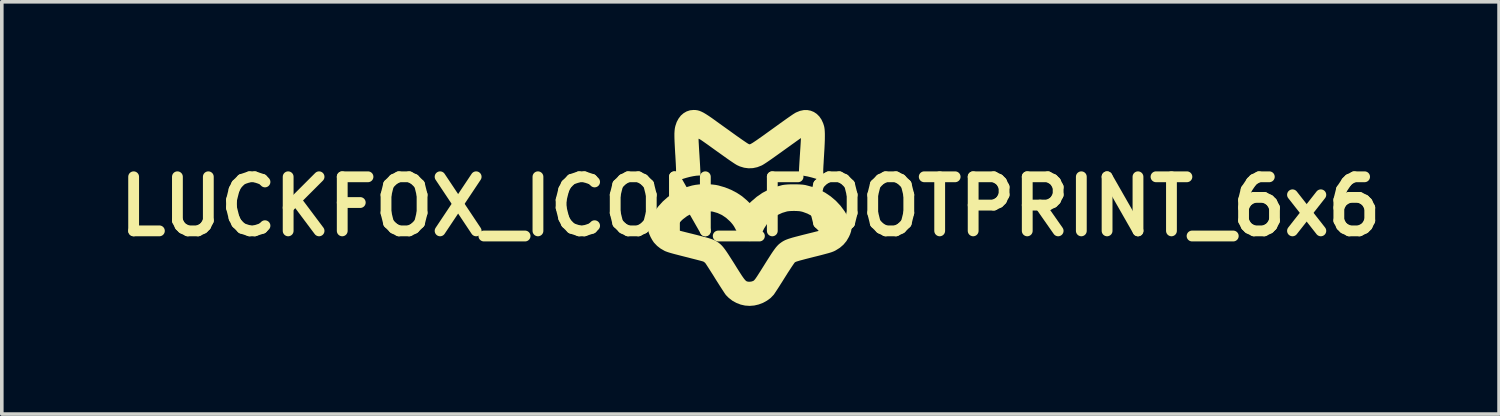
<source format=kicad_pcb>
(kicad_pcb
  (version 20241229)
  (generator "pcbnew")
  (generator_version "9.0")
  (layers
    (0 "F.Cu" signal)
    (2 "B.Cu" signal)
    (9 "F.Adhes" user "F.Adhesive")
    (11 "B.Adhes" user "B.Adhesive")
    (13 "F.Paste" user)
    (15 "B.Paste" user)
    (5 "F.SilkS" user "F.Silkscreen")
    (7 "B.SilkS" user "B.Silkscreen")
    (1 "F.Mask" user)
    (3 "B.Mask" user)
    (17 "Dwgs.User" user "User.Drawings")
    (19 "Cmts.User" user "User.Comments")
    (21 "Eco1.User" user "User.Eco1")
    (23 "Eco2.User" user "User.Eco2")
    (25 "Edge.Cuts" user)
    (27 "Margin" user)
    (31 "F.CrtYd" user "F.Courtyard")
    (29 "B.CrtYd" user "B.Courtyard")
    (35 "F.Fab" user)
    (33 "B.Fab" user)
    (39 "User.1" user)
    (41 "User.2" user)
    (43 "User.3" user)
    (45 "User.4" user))
  (footprint "LUCKFOX_ICON_FOOTPRINT_6x6"
    (layer "F.Cu")
    (at 17.764 2.675)
    (property "Reference" "LUCKFOX_ICON_FOOTPRINT_6x6" (at 0 0 0) (layer "F.SilkS") (effects (font (size 1.5 1.5) (thickness 0.3))))
    (attr board_only exclude_from_pos_files exclude_from_bom)
    (fp_poly (pts (xy -1.523 -2.673) (xy -1.47 -2.666) (xy -1.417 -2.652) (xy -1.362 -2.63) (xy -1.301 -2.6) (xy -1.232 -2.559) (xy -1.153 -2.508) (xy -1.06 -2.444) (xy -1.013 -2.41) (xy -0.862 -2.301) (xy -0.728 -2.205) (xy -0.609 -2.12) (xy -0.505 -2.045) (xy -0.415 -1.98) (xy -0.337 -1.925) (xy -0.27 -1.878) (xy -0.214 -1.839) (xy -0.167 -1.807) (xy -0.129 -1.781) (xy -0.099 -1.761) (xy -0.075 -1.746) (xy -0.056 -1.735) (xy -0.042 -1.728) (xy -0.031 -1.724) (xy -0.023 -1.723) (xy -0.018 -1.722) (xy -0.003 -1.727) (xy 0.022 -1.74) (xy 0.06 -1.762) (xy 0.11 -1.795) (xy 0.174 -1.838) (xy 0.252 -1.893) (xy 0.345 -1.958) (xy 0.453 -2.036) (xy 0.574 -2.123) (xy 0.699 -2.213) (xy 0.808 -2.292) (xy 0.902 -2.359) (xy 0.983 -2.417) (xy 1.051 -2.465) (xy 1.108 -2.504) (xy 1.154 -2.536) (xy 1.193 -2.562) (xy 1.224 -2.581) (xy 1.248 -2.596) (xy 1.267 -2.606) (xy 1.373 -2.649) (xy 1.476 -2.671) (xy 1.576 -2.673) (xy 1.671 -2.655) (xy 1.76 -2.619) (xy 1.841 -2.565) (xy 1.912 -2.494) (xy 1.972 -2.406) (xy 2.019 -2.303) (xy 2.042 -2.231) (xy 2.051 -2.19) (xy 2.058 -2.141) (xy 2.062 -2.084) (xy 2.065 -2.017) (xy 2.065 -1.937) (xy 2.064 -1.844) (xy 2.06 -1.736) (xy 2.054 -1.609) (xy 2.045 -1.464) (xy 2.042 -1.409) (xy 2.035 -1.296) (xy 2.03 -1.201) (xy 2.025 -1.124) (xy 2.022 -1.061) (xy 2.02 -1.012) (xy 2.02 -0.972) (xy 2.02 -0.942) (xy 2.021 -0.917) (xy 2.024 -0.896) (xy 2.027 -0.876) (xy 2.03 -0.862) (xy 2.044 -0.812) (xy 2.064 -0.758) (xy 2.08 -0.722) (xy 2.094 -0.691) (xy 2.101 -0.67) (xy 2.099 -0.664) (xy 2.098 -0.664) (xy 1.958 -0.719) (xy 1.824 -0.766) (xy 1.698 -0.803) (xy 1.584 -0.831) (xy 1.483 -0.849) (xy 1.398 -0.856) (xy 1.39 -0.856) (xy 1.343 -0.856) (xy 1.344 -0.923) (xy 1.345 -0.949) (xy 1.347 -0.993) (xy 1.35 -1.054) (xy 1.354 -1.128) (xy 1.359 -1.213) (xy 1.365 -1.306) (xy 1.371 -1.404) (xy 1.374 -1.443) (xy 1.38 -1.54) (xy 1.386 -1.629) (xy 1.391 -1.709) (xy 1.395 -1.778) (xy 1.398 -1.833) (xy 1.4 -1.872) (xy 1.401 -1.893) (xy 1.401 -1.896) (xy 1.392 -1.889) (xy 1.367 -1.872) (xy 1.328 -1.844) (xy 1.277 -1.808) (xy 1.215 -1.763) (xy 1.144 -1.713) (xy 1.067 -1.657) (xy 0.994 -1.605) (xy 0.87 -1.516) (xy 0.761 -1.438) (xy 0.668 -1.372) (xy 0.588 -1.315) (xy 0.52 -1.268) (xy 0.463 -1.229) (xy 0.416 -1.198) (xy 0.377 -1.173) (xy 0.346 -1.154) (xy 0.319 -1.139) (xy 0.309 -1.134) (xy 0.192 -1.088) (xy 0.071 -1.062) (xy -0.052 -1.057) (xy -0.174 -1.073) (xy -0.293 -1.109) (xy -0.374 -1.146) (xy -0.404 -1.164) (xy -0.444 -1.189) (xy -0.495 -1.223) (xy -0.559 -1.266) (xy -0.635 -1.319) (xy -0.725 -1.383) (xy -0.83 -1.458) (xy -0.951 -1.544) (xy -1.083 -1.639) (xy -1.177 -1.707) (xy -1.255 -1.762) (xy -1.318 -1.806) (xy -1.366 -1.839) (xy -1.402 -1.861) (xy -1.425 -1.873) (xy -1.436 -1.877) (xy -1.438 -1.875) (xy -1.438 -1.861) (xy -1.437 -1.827) (xy -1.435 -1.777) (xy -1.431 -1.712) (xy -1.427 -1.635) (xy -1.422 -1.549) (xy -1.416 -1.456) (xy -1.414 -1.426) (xy -1.408 -1.328) (xy -1.402 -1.235) (xy -1.397 -1.148) (xy -1.393 -1.071) (xy -1.39 -1.008) (xy -1.387 -0.959) (xy -1.386 -0.929) (xy -1.386 -0.925) (xy -1.386 -0.856) (xy -1.434 -0.856) (xy -1.503 -0.851) (xy -1.588 -0.838) (xy -1.683 -0.818) (xy -1.785 -0.791) (xy -1.888 -0.759) (xy -1.99 -0.723) (xy -2.014 -0.714) (xy -2.063 -0.694) (xy -2.105 -0.678) (xy -2.135 -0.666) (xy -2.149 -0.661) (xy -2.15 -0.661) (xy -2.146 -0.67) (xy -2.135 -0.693) (xy -2.119 -0.727) (xy -2.115 -0.734) (xy -2.101 -0.764) (xy -2.089 -0.792) (xy -2.079 -0.819) (xy -2.072 -0.849) (xy -2.067 -0.884) (xy -2.064 -0.924) (xy -2.063 -0.974) (xy -2.063 -1.034) (xy -2.066 -1.107) (xy -2.07 -1.194) (xy -2.076 -1.299) (xy -2.083 -1.423) (xy -2.085 -1.446) (xy -2.093 -1.584) (xy -2.099 -1.703) (xy -2.104 -1.804) (xy -2.107 -1.89) (xy -2.108 -1.962) (xy -2.108 -2.024) (xy -2.105 -2.077) (xy -2.101 -2.123) (xy -2.096 -2.164) (xy -2.088 -2.203) (xy -2.081 -2.233) (xy -2.044 -2.342) (xy -1.992 -2.438) (xy -1.929 -2.52) (xy -1.854 -2.585) (xy -1.77 -2.634) (xy -1.677 -2.665) (xy -1.579 -2.675) (xy -1.577 -2.675)) (stroke (width 0) (type solid)) (fill yes) (layer "F.SilkS"))
    (fp_poly (pts (xy -1.183 -0.616) (xy -1.065 -0.608) (xy -0.956 -0.595) (xy -0.888 -0.581) (xy -0.708 -0.529) (xy -0.536 -0.46) (xy -0.375 -0.376) (xy -0.228 -0.278) (xy -0.097 -0.167) (xy -0.084 -0.154) (xy -0.022 -0.093) (xy 0.03 -0.142) (xy 0.177 -0.268) (xy 0.334 -0.376) (xy 0.503 -0.465) (xy 0.683 -0.536) (xy 0.876 -0.589) (xy 0.888 -0.592) (xy 0.946 -0.601) (xy 1.021 -0.608) (xy 1.106 -0.612) (xy 1.197 -0.613) (xy 1.289 -0.612) (xy 1.376 -0.609) (xy 1.453 -0.603) (xy 1.516 -0.594) (xy 1.527 -0.592) (xy 1.721 -0.54) (xy 1.902 -0.469) (xy 2.071 -0.382) (xy 2.227 -0.277) (xy 2.37 -0.156) (xy 2.499 -0.018) (xy 2.613 0.135) (xy 2.708 0.296) (xy 2.754 0.39) (xy 2.785 0.473) (xy 2.802 0.548) (xy 2.804 0.62) (xy 2.792 0.692) (xy 2.766 0.77) (xy 2.73 0.849) (xy 2.663 0.963) (xy 2.58 1.062) (xy 2.482 1.147) (xy 2.367 1.219) (xy 2.345 1.23) (xy 2.32 1.243) (xy 2.292 1.254) (xy 2.262 1.266) (xy 2.225 1.278) (xy 2.18 1.292) (xy 2.125 1.307) (xy 2.058 1.325) (xy 1.976 1.347) (xy 1.878 1.372) (xy 1.761 1.401) (xy 1.757 1.402) (xy 1.635 1.433) (xy 1.532 1.459) (xy 1.447 1.482) (xy 1.378 1.5) (xy 1.325 1.516) (xy 1.285 1.528) (xy 1.257 1.539) (xy 1.24 1.547) (xy 1.234 1.551) (xy 1.222 1.565) (xy 1.2 1.596) (xy 1.169 1.641) (xy 1.13 1.699) (xy 1.086 1.767) (xy 1.036 1.843) (xy 0.984 1.926) (xy 0.945 1.988) (xy 0.89 2.076) (xy 0.837 2.159) (xy 0.788 2.237) (xy 0.743 2.306) (xy 0.705 2.364) (xy 0.674 2.41) (xy 0.653 2.442) (xy 0.644 2.453) (xy 0.56 2.54) (xy 0.46 2.614) (xy 0.349 2.675) (xy 0.23 2.72) (xy 0.105 2.749) (xy -0.02 2.759) (xy -0.144 2.751) (xy -0.146 2.751) (xy -0.27 2.723) (xy -0.389 2.677) (xy -0.5 2.616) (xy -0.598 2.541) (xy -0.678 2.46) (xy -0.694 2.439) (xy -0.72 2.401) (xy -0.754 2.349) (xy -0.795 2.286) (xy -0.842 2.213) (xy -0.893 2.133) (xy -0.947 2.048) (xy -0.977 2) (xy -1.03 1.914) (xy -1.081 1.834) (xy -1.128 1.76) (xy -1.169 1.696) (xy -1.204 1.642) (xy -1.231 1.601) (xy -1.248 1.576) (xy -1.254 1.569) (xy -1.281 1.545) (xy -1.308 1.529) (xy -1.309 1.528) (xy -1.325 1.524) (xy -1.36 1.514) (xy -1.412 1.5) (xy -1.477 1.483) (xy -1.555 1.463) (xy -1.642 1.441) (xy -1.737 1.416) (xy -1.814 1.397) (xy -1.932 1.367) (xy -2.032 1.341) (xy -2.114 1.32) (xy -2.182 1.301) (xy -2.238 1.285) (xy -2.283 1.271) (xy -2.32 1.258) (xy -2.352 1.246) (xy -2.38 1.234) (xy -2.388 1.229) (xy -2.493 1.169) (xy -2.588 1.095) (xy -2.668 1.011) (xy -2.682 0.994) (xy -2.727 0.926) (xy -2.769 0.849) (xy -2.804 0.77) (xy -2.83 0.695) (xy -2.84 0.651) (xy -2.841 0.637) (xy -2.09 0.637) (xy -2.055 0.649) (xy -2.037 0.654) (xy -2.001 0.663) (xy -1.948 0.677) (xy -1.882 0.694) (xy -1.803 0.714) (xy -1.716 0.736) (xy -1.621 0.759) (xy -1.562 0.774) (xy -1.439 0.805) (xy -1.335 0.832) (xy -1.248 0.855) (xy -1.175 0.875) (xy -1.115 0.894) (xy -1.064 0.911) (xy -1.022 0.928) (xy -0.986 0.944) (xy -0.953 0.962) (xy -0.922 0.981) (xy -0.903 0.994) (xy -0.869 1.018) (xy -0.837 1.044) (xy -0.806 1.073) (xy -0.774 1.107) (xy -0.74 1.148) (xy -0.702 1.198) (xy -0.66 1.258) (xy -0.612 1.33) (xy -0.557 1.416) (xy -0.492 1.517) (xy -0.441 1.598) (xy -0.376 1.703) (xy -0.321 1.79) (xy -0.275 1.862) (xy -0.237 1.921) (xy -0.205 1.967) (xy -0.179 2.003) (xy -0.157 2.03) (xy -0.139 2.05) (xy -0.123 2.065) (xy -0.108 2.075) (xy -0.103 2.078) (xy -0.067 2.088) (xy -0.021 2.09) (xy 0.028 2.084) (xy 0.072 2.07) (xy 0.081 2.066) (xy 0.092 2.058) (xy 0.105 2.047) (xy 0.12 2.03) (xy 0.139 2.006) (xy 0.162 1.973) (xy 0.191 1.93) (xy 0.226 1.875) (xy 0.27 1.807) (xy 0.322 1.724) (xy 0.385 1.624) (xy 0.391 1.614) (xy 0.463 1.499) (xy 0.526 1.401) (xy 0.579 1.318) (xy 0.626 1.248) (xy 0.667 1.191) (xy 0.703 1.143) (xy 0.736 1.104) (xy 0.767 1.071) (xy 0.797 1.043) (xy 0.829 1.018) (xy 0.862 0.994) (xy 0.868 0.99) (xy 0.899 0.97) (xy 0.931 0.952) (xy 0.965 0.935) (xy 1.004 0.919) (xy 1.049 0.902) (xy 1.103 0.885) (xy 1.168 0.865) (xy 1.246 0.844) (xy 1.339 0.82) (xy 1.45 0.791) (xy 1.539 0.769) (xy 1.634 0.745) (xy 1.724 0.723) (xy 1.806 0.702) (xy 1.878 0.684) (xy 1.937 0.669) (xy 1.981 0.657) (xy 2.007 0.65) (xy 2.013 0.648) (xy 2.032 0.641) (xy 2.041 0.632) (xy 2.04 0.618) (xy 2.028 0.594) (xy 2.005 0.558) (xy 1.996 0.544) (xy 1.914 0.439) (xy 1.815 0.345) (xy 1.703 0.264) (xy 1.582 0.2) (xy 1.455 0.153) (xy 1.403 0.14) (xy 1.353 0.132) (xy 1.288 0.128) (xy 1.216 0.126) (xy 1.143 0.127) (xy 1.076 0.131) (xy 1.022 0.138) (xy 1.013 0.14) (xy 0.883 0.179) (xy 0.759 0.236) (xy 0.645 0.31) (xy 0.542 0.398) (xy 0.453 0.499) (xy 0.381 0.61) (xy 0.343 0.687) (xy 0.303 0.771) (xy 0.258 0.836) (xy 0.205 0.886) (xy 0.143 0.922) (xy 0.088 0.943) (xy 0.026 0.958) (xy -0.029 0.963) (xy -0.085 0.955) (xy -0.134 0.942) (xy -0.202 0.913) (xy -0.262 0.87) (xy -0.314 0.812) (xy -0.361 0.735) (xy -0.38 0.696) (xy -0.418 0.62) (xy -0.453 0.557) (xy -0.49 0.503) (xy -0.533 0.451) (xy -0.568 0.413) (xy -0.674 0.317) (xy -0.788 0.24) (xy -0.912 0.183) (xy -1.044 0.145) (xy -1.186 0.128) (xy -1.235 0.126) (xy -1.379 0.134) (xy -1.513 0.16) (xy -1.638 0.205) (xy -1.757 0.269) (xy -1.871 0.355) (xy -1.872 0.356) (xy -1.914 0.395) (xy -1.959 0.445) (xy -2.003 0.499) (xy -2.041 0.551) (xy -2.069 0.595) (xy -2.07 0.597) (xy -2.09 0.637) (xy -2.841 0.637) (xy -2.846 0.596) (xy -2.843 0.542) (xy -2.831 0.485) (xy -2.807 0.42) (xy -2.773 0.343) (xy -2.764 0.327) (xy -2.669 0.158) (xy -2.558 0.004) (xy -2.432 -0.135) (xy -2.292 -0.259) (xy -2.14 -0.366) (xy -1.976 -0.455) (xy -1.802 -0.526) (xy -1.618 -0.579) (xy -1.526 -0.597) (xy -1.421 -0.61) (xy -1.304 -0.616)) (stroke (width 0) (type solid)) (fill yes) (layer "F.SilkS")))
  (gr_rect
    (start -3 -3)
    (end 38.529 8.435)
    (stroke (width 0.1) (type default))
    (fill no)
    (layer "Edge.Cuts")))
</source>
